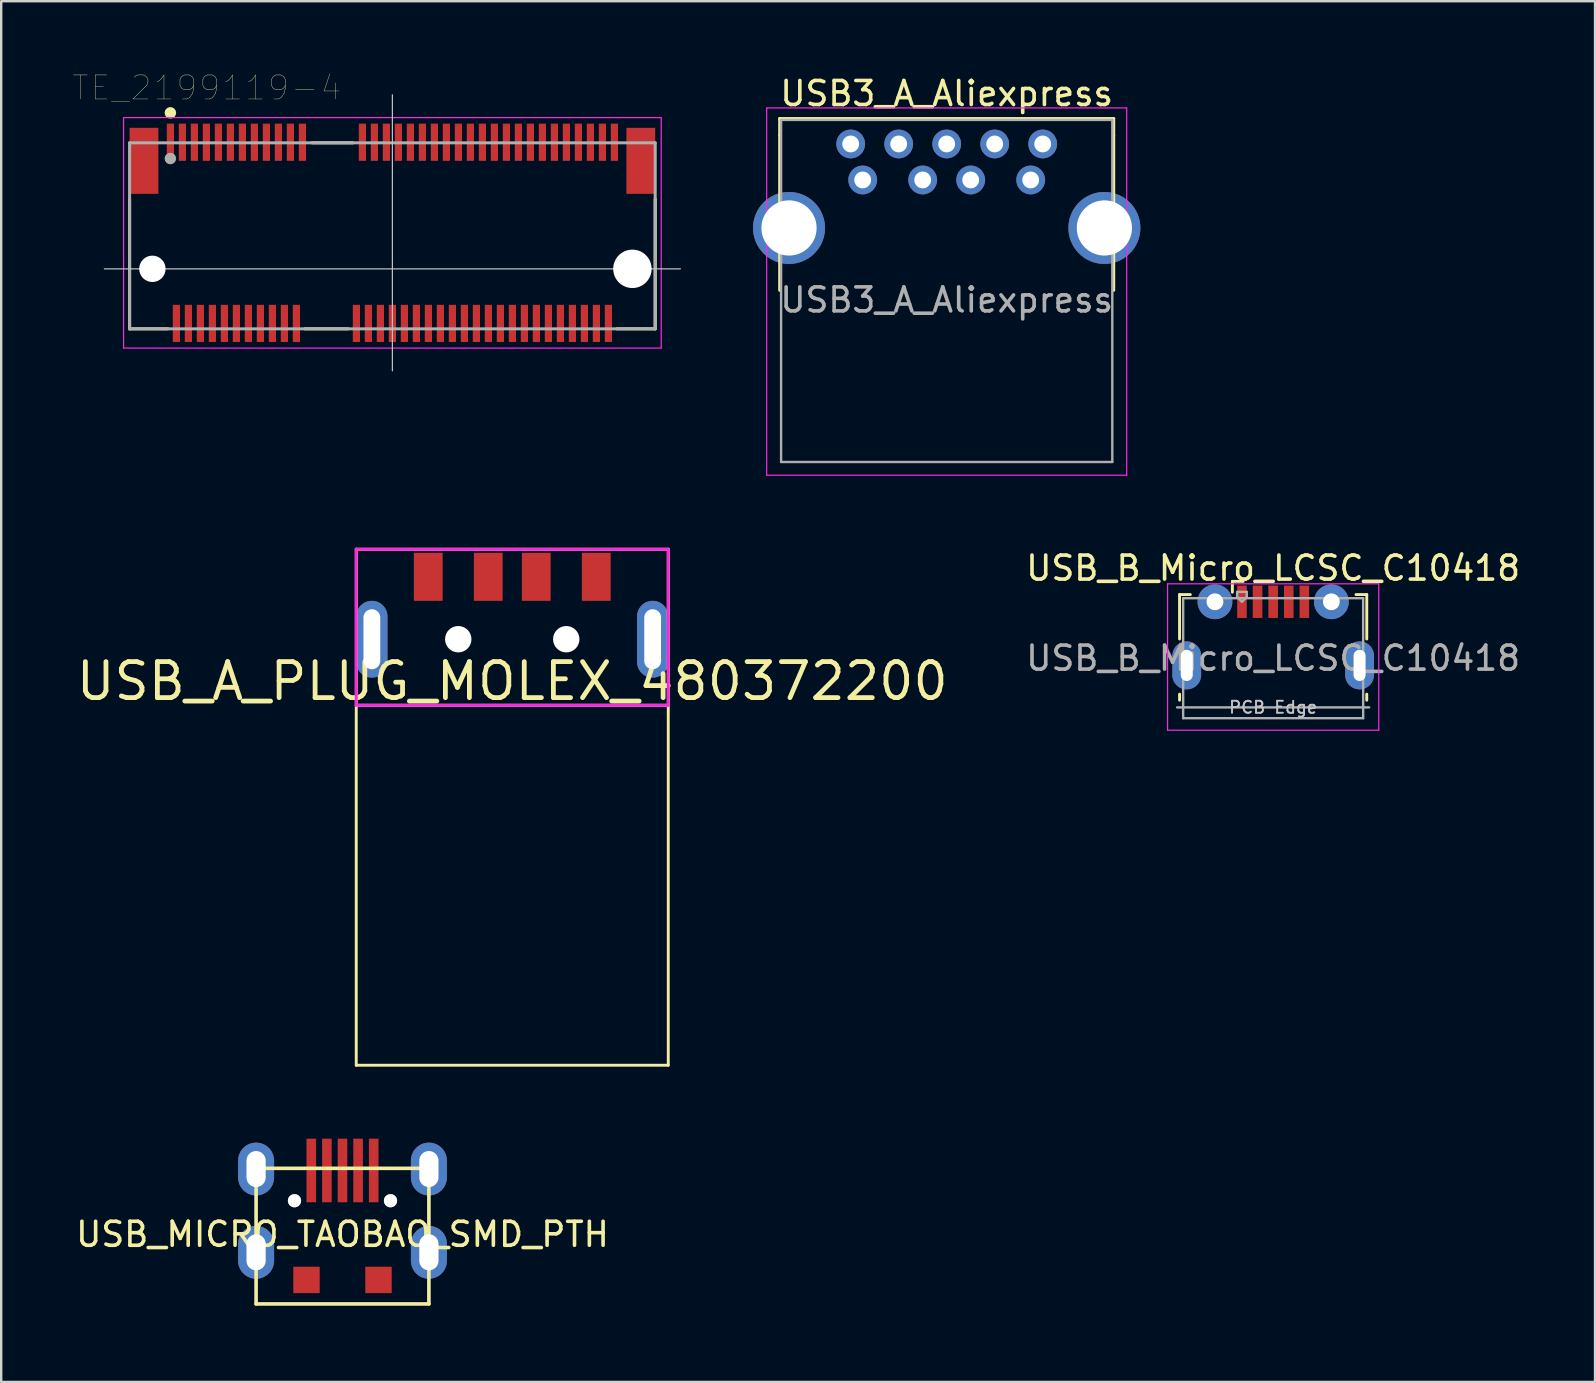
<source format=kicad_pcb>
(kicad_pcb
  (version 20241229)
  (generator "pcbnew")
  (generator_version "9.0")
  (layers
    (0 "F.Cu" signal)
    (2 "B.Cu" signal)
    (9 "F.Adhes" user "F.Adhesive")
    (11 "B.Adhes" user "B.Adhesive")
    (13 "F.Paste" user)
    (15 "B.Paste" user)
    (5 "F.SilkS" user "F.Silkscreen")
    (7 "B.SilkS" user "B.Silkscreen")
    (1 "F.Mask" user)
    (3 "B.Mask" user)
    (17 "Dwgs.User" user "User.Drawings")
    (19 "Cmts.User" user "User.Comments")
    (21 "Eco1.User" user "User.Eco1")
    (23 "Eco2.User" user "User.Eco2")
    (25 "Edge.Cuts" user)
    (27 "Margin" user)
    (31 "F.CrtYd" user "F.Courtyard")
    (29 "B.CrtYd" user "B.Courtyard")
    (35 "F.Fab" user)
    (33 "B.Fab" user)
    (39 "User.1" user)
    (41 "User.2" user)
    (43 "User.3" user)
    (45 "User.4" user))
  (footprint "USB_B_Micro_LCSC_C10418"
    (layer "F.Cu")
    (at 49.996 26.423)
    (property "Reference" "USB_B_Micro_LCSC_C10418" (at 0 -5.802 0) (layer "F.SilkS") (effects (font (size 1 1) (thickness 0.15))))
    (attr smd)
    (fp_line (start -3.9 -4.7) (end -3.45 -4.7) (stroke (width 0.12) (type solid)) (layer "F.SilkS"))
    (fp_line (start -3.9 -2.85) (end -3.9 -4.7) (stroke (width 0.12) (type solid)) (layer "F.SilkS"))
    (fp_line (start -3.9 -0.3) (end -3.9 -0.55) (stroke (width 0.12) (type solid)) (layer "F.SilkS"))
    (fp_line (start -1.7 -5.25) (end -1.7 -4.8) (stroke (width 0.12) (type solid)) (layer "F.SilkS"))
    (fp_line (start -1.7 -5.25) (end -1.25 -5.25) (stroke (width 0.12) (type solid)) (layer "F.SilkS"))
    (fp_line (start 3.9 -4.7) (end 3.45 -4.7) (stroke (width 0.12) (type solid)) (layer "F.SilkS"))
    (fp_line (start 3.9 -2.85) (end 3.9 -4.7) (stroke (width 0.12) (type solid)) (layer "F.SilkS"))
    (fp_line (start 3.9 -0.3) (end 3.9 -0.55) (stroke (width 0.12) (type solid)) (layer "F.SilkS"))
    (fp_line (start -4.4 -5.149) (end 4.4 -5.149) (stroke (width 0.05) (type solid)) (layer "F.CrtYd"))
    (fp_line (start -4.4 0.951) (end -4.4 -5.149) (stroke (width 0.05) (type solid)) (layer "F.CrtYd"))
    (fp_line (start -4.4 0.951) (end 4.4 0.951) (stroke (width 0.05) (type solid)) (layer "F.CrtYd"))
    (fp_line (start 4.4 -5.149) (end 4.4 0.951) (stroke (width 0.05) (type solid)) (layer "F.CrtYd"))
    (fp_line (start -4 0) (end 4 0) (stroke (width 0.1) (type solid)) (layer "F.Fab"))
    (fp_line (start -3.75 -4.55) (end 3.75 -4.55) (stroke (width 0.1) (type solid)) (layer "F.Fab"))
    (fp_line (start -3.75 0.45) (end -3.75 -4.55) (stroke (width 0.1) (type solid)) (layer "F.Fab"))
    (fp_line (start -3.75 0.452) (end 3.75 0.452) (stroke (width 0.1) (type solid)) (layer "F.Fab"))
    (fp_line (start -1.5 -4.812) (end -1.5 -4.602) (stroke (width 0.1) (type solid)) (layer "F.Fab"))
    (fp_line (start -1.5 -4.812) (end -1.1 -4.812) (stroke (width 0.1) (type solid)) (layer "F.Fab"))
    (fp_line (start -1.3 -4.402) (end -1.5 -4.602) (stroke (width 0.1) (type solid)) (layer "F.Fab"))
    (fp_line (start -1.1 -4.812) (end -1.1 -4.602) (stroke (width 0.1) (type solid)) (layer "F.Fab"))
    (fp_line (start -1.1 -4.602) (end -1.3 -4.402) (stroke (width 0.1) (type solid)) (layer "F.Fab"))
    (fp_line (start 3.75 0.45) (end 3.75 -4.55) (stroke (width 0.1) (type solid)) (layer "F.Fab"))
    (fp_text user "PCB Edge" (at 0 -0.002 0) (layer "Dwgs.User") (effects (font (size 0.5 0.5) (thickness 0.08))))
    (fp_text user "${REFERENCE}" (at 0 -2.05 0) (layer "F.Fab") (effects (font (size 1 1) (thickness 0.15))))
    (pad "1" smd rect (at -1.3 -4.4) (size 0.4 1.35) (layers "F.Cu" "F.Mask" "F.Paste"))
    (pad "2" smd rect (at -0.65 -4.4) (size 0.4 1.35) (layers "F.Cu" "F.Mask" "F.Paste"))
    (pad "3" smd rect (at 0 -4.4) (size 0.4 1.35) (layers "F.Cu" "F.Mask" "F.Paste"))
    (pad "4" smd rect (at 0.65 -4.4) (size 0.4 1.35) (layers "F.Cu" "F.Mask" "F.Paste"))
    (pad "5" smd rect (at 1.3 -4.4) (size 0.4 1.35) (layers "F.Cu" "F.Mask" "F.Paste"))
    (pad "6" thru_hole oval (at -3.6 -1.75 180) (size 1.2 2) (drill oval 0.5 1.3) (layers "*.Cu" "*.Mask"))
    (pad "6" thru_hole circle (at -2.425 -4.4) (size 1.45 1.45) (drill 0.7) (layers "*.Cu" "*.Mask"))
    (pad "6" thru_hole circle (at 2.425 -4.4) (size 1.45 1.45) (drill 0.7) (layers "*.Cu" "*.Mask"))
    (pad "6" thru_hole oval (at 3.6 -1.75) (size 1.2 2) (drill oval 0.5 1.3) (layers "*.Cu" "*.Mask")))
  (footprint "TE_2199119-4"
    (layer "F.Cu")
    (at 13.299 8.151)
    (property "Reference" "TE_2199119-4" (at -7.73 -7.54 0) (layer "F.SilkS") (effects (font (size 1.001 1.001) (thickness 0.015))))
    (attr through_hole)
    (fp_line (start -10.95 -2.9) (end -10.95 2.5) (stroke (width 0.127) (type solid)) (layer "F.SilkS"))
    (fp_line (start -10.95 2.5) (end -9.35 2.5) (stroke (width 0.127) (type solid)) (layer "F.SilkS"))
    (fp_line (start -3.65 2.5) (end -1.85 2.5) (stroke (width 0.127) (type solid)) (layer "F.SilkS"))
    (fp_line (start -3.35 -5.25) (end -1.65 -5.25) (stroke (width 0.127) (type solid)) (layer "F.SilkS"))
    (fp_line (start 9.35 2.5) (end 10.95 2.5) (stroke (width 0.127) (type solid)) (layer "F.SilkS"))
    (fp_line (start 10.95 2.5) (end 10.95 -2.9) (stroke (width 0.127) (type solid)) (layer "F.SilkS"))
    (fp_circle (center -9.25 -6.5) (end -9.13 -6.5) (stroke (width 0.24) (type solid)) (fill no) (layer "F.SilkS"))
    (fp_line (start -12 0) (end 12 0) (stroke (width 0.05) (type solid)) (layer "Dwgs.User"))
    (fp_line (start 0 -7.25) (end 0 4.25) (stroke (width 0.05) (type solid)) (layer "Dwgs.User"))
    (fp_line (start -11.2 -6.3) (end 11.2 -6.3) (stroke (width 0.05) (type solid)) (layer "F.CrtYd"))
    (fp_line (start -11.2 3.3) (end -11.2 -6.3) (stroke (width 0.05) (type solid)) (layer "F.CrtYd"))
    (fp_line (start 11.2 -6.3) (end 11.2 3.3) (stroke (width 0.05) (type solid)) (layer "F.CrtYd"))
    (fp_line (start 11.2 3.3) (end -11.2 3.3) (stroke (width 0.05) (type solid)) (layer "F.CrtYd"))
    (fp_line (start -10.95 -5.25) (end 10.95 -5.25) (stroke (width 0.127) (type solid)) (layer "F.Fab"))
    (fp_line (start -10.95 2.5) (end -10.95 -5.25) (stroke (width 0.127) (type solid)) (layer "F.Fab"))
    (fp_line (start 10.95 -5.25) (end 10.95 2.5) (stroke (width 0.127) (type solid)) (layer "F.Fab"))
    (fp_line (start 10.95 2.5) (end -10.95 2.5) (stroke (width 0.127) (type solid)) (layer "F.Fab"))
    (fp_circle (center -9.25 -4.595) (end -9.13 -4.595) (stroke (width 0.24) (type solid)) (fill no) (layer "F.Fab"))
    (pad "" np_thru_hole circle (at -10 0) (size 1.1 1.1) (drill 1.1) (layers "*.Cu" "*.Mask"))
    (pad "" np_thru_hole circle (at 10 0) (size 1.6 1.6) (drill 1.6) (layers "*.Cu" "*.Mask"))
    (pad "1" smd rect (at -9.25 -5.275) (size 0.3 1.55) (layers "F.Cu" "F.Mask" "F.Paste"))
    (pad "2" smd rect (at -9 2.275) (size 0.3 1.55) (layers "F.Cu" "F.Mask" "F.Paste"))
    (pad "3" smd rect (at -8.75 -5.275) (size 0.3 1.55) (layers "F.Cu" "F.Mask" "F.Paste"))
    (pad "4" smd rect (at -8.5 2.275) (size 0.3 1.55) (layers "F.Cu" "F.Mask" "F.Paste"))
    (pad "5" smd rect (at -8.25 -5.275) (size 0.3 1.55) (layers "F.Cu" "F.Mask" "F.Paste"))
    (pad "6" smd rect (at -8 2.275) (size 0.3 1.55) (layers "F.Cu" "F.Mask" "F.Paste"))
    (pad "7" smd rect (at -7.75 -5.275) (size 0.3 1.55) (layers "F.Cu" "F.Mask" "F.Paste"))
    (pad "8" smd rect (at -7.5 2.275) (size 0.3 1.55) (layers "F.Cu" "F.Mask" "F.Paste"))
    (pad "9" smd rect (at -7.25 -5.275) (size 0.3 1.55) (layers "F.Cu" "F.Mask" "F.Paste"))
    (pad "10" smd rect (at -7 2.275) (size 0.3 1.55) (layers "F.Cu" "F.Mask" "F.Paste"))
    (pad "11" smd rect (at -6.75 -5.275) (size 0.3 1.55) (layers "F.Cu" "F.Mask" "F.Paste"))
    (pad "12" smd rect (at -6.5 2.275) (size 0.3 1.55) (layers "F.Cu" "F.Mask" "F.Paste"))
    (pad "13" smd rect (at -6.25 -5.275) (size 0.3 1.55) (layers "F.Cu" "F.Mask" "F.Paste"))
    (pad "14" smd rect (at -6 2.275) (size 0.3 1.55) (layers "F.Cu" "F.Mask" "F.Paste"))
    (pad "15" smd rect (at -5.75 -5.275) (size 0.3 1.55) (layers "F.Cu" "F.Mask" "F.Paste"))
    (pad "16" smd rect (at -5.5 2.275) (size 0.3 1.55) (layers "F.Cu" "F.Mask" "F.Paste"))
    (pad "17" smd rect (at -5.25 -5.275) (size 0.3 1.55) (layers "F.Cu" "F.Mask" "F.Paste"))
    (pad "18" smd rect (at -5 2.275) (size 0.3 1.55) (layers "F.Cu" "F.Mask" "F.Paste"))
    (pad "19" smd rect (at -4.75 -5.275) (size 0.3 1.55) (layers "F.Cu" "F.Mask" "F.Paste"))
    (pad "20" smd rect (at -4.5 2.275) (size 0.3 1.55) (layers "F.Cu" "F.Mask" "F.Paste"))
    (pad "21" smd rect (at -4.25 -5.275) (size 0.3 1.55) (layers "F.Cu" "F.Mask" "F.Paste"))
    (pad "22" smd rect (at -4 2.275) (size 0.3 1.55) (layers "F.Cu" "F.Mask" "F.Paste"))
    (pad "23" smd rect (at -3.75 -5.275) (size 0.3 1.55) (layers "F.Cu" "F.Mask" "F.Paste"))
    (pad "32" smd rect (at -1.5 2.275) (size 0.3 1.55) (layers "F.Cu" "F.Mask" "F.Paste"))
    (pad "33" smd rect (at -1.25 -5.275) (size 0.3 1.55) (layers "F.Cu" "F.Mask" "F.Paste"))
    (pad "34" smd rect (at -1 2.275) (size 0.3 1.55) (layers "F.Cu" "F.Mask" "F.Paste"))
    (pad "35" smd rect (at -0.75 -5.275) (size 0.3 1.55) (layers "F.Cu" "F.Mask" "F.Paste"))
    (pad "36" smd rect (at -0.5 2.275) (size 0.3 1.55) (layers "F.Cu" "F.Mask" "F.Paste"))
    (pad "37" smd rect (at -0.25 -5.275) (size 0.3 1.55) (layers "F.Cu" "F.Mask" "F.Paste"))
    (pad "38" smd rect (at 0 2.275) (size 0.3 1.55) (layers "F.Cu" "F.Mask" "F.Paste"))
    (pad "39" smd rect (at 0.25 -5.275) (size 0.3 1.55) (layers "F.Cu" "F.Mask" "F.Paste"))
    (pad "40" smd rect (at 0.5 2.275) (size 0.3 1.55) (layers "F.Cu" "F.Mask" "F.Paste"))
    (pad "41" smd rect (at 0.75 -5.275) (size 0.3 1.55) (layers "F.Cu" "F.Mask" "F.Paste"))
    (pad "42" smd rect (at 1 2.275) (size 0.3 1.55) (layers "F.Cu" "F.Mask" "F.Paste"))
    (pad "43" smd rect (at 1.25 -5.275) (size 0.3 1.55) (layers "F.Cu" "F.Mask" "F.Paste"))
    (pad "44" smd rect (at 1.5 2.275) (size 0.3 1.55) (layers "F.Cu" "F.Mask" "F.Paste"))
    (pad "45" smd rect (at 1.75 -5.275) (size 0.3 1.55) (layers "F.Cu" "F.Mask" "F.Paste"))
    (pad "46" smd rect (at 2 2.275) (size 0.3 1.55) (layers "F.Cu" "F.Mask" "F.Paste"))
    (pad "47" smd rect (at 2.25 -5.275) (size 0.3 1.55) (layers "F.Cu" "F.Mask" "F.Paste"))
    (pad "48" smd rect (at 2.5 2.275) (size 0.3 1.55) (layers "F.Cu" "F.Mask" "F.Paste"))
    (pad "49" smd rect (at 2.75 -5.275) (size 0.3 1.55) (layers "F.Cu" "F.Mask" "F.Paste"))
    (pad "50" smd rect (at 3 2.275) (size 0.3 1.55) (layers "F.Cu" "F.Mask" "F.Paste"))
    (pad "51" smd rect (at 3.25 -5.275) (size 0.3 1.55) (layers "F.Cu" "F.Mask" "F.Paste"))
    (pad "52" smd rect (at 3.5 2.275) (size 0.3 1.55) (layers "F.Cu" "F.Mask" "F.Paste"))
    (pad "53" smd rect (at 3.75 -5.275) (size 0.3 1.55) (layers "F.Cu" "F.Mask" "F.Paste"))
    (pad "54" smd rect (at 4 2.275) (size 0.3 1.55) (layers "F.Cu" "F.Mask" "F.Paste"))
    (pad "55" smd rect (at 4.25 -5.275) (size 0.3 1.55) (layers "F.Cu" "F.Mask" "F.Paste"))
    (pad "56" smd rect (at 4.5 2.275) (size 0.3 1.55) (layers "F.Cu" "F.Mask" "F.Paste"))
    (pad "57" smd rect (at 4.75 -5.275) (size 0.3 1.55) (layers "F.Cu" "F.Mask" "F.Paste"))
    (pad "58" smd rect (at 5 2.275) (size 0.3 1.55) (layers "F.Cu" "F.Mask" "F.Paste"))
    (pad "59" smd rect (at 5.25 -5.275) (size 0.3 1.55) (layers "F.Cu" "F.Mask" "F.Paste"))
    (pad "60" smd rect (at 5.5 2.275) (size 0.3 1.55) (layers "F.Cu" "F.Mask" "F.Paste"))
    (pad "61" smd rect (at 5.75 -5.275) (size 0.3 1.55) (layers "F.Cu" "F.Mask" "F.Paste"))
    (pad "62" smd rect (at 6 2.275) (size 0.3 1.55) (layers "F.Cu" "F.Mask" "F.Paste"))
    (pad "63" smd rect (at 6.25 -5.275) (size 0.3 1.55) (layers "F.Cu" "F.Mask" "F.Paste"))
    (pad "64" smd rect (at 6.5 2.275) (size 0.3 1.55) (layers "F.Cu" "F.Mask" "F.Paste"))
    (pad "65" smd rect (at 6.75 -5.275) (size 0.3 1.55) (layers "F.Cu" "F.Mask" "F.Paste"))
    (pad "66" smd rect (at 7 2.275) (size 0.3 1.55) (layers "F.Cu" "F.Mask" "F.Paste"))
    (pad "67" smd rect (at 7.25 -5.275) (size 0.3 1.55) (layers "F.Cu" "F.Mask" "F.Paste"))
    (pad "68" smd rect (at 7.5 2.275) (size 0.3 1.55) (layers "F.Cu" "F.Mask" "F.Paste"))
    (pad "69" smd rect (at 7.75 -5.275) (size 0.3 1.55) (layers "F.Cu" "F.Mask" "F.Paste"))
    (pad "70" smd rect (at 8 2.275) (size 0.3 1.55) (layers "F.Cu" "F.Mask" "F.Paste"))
    (pad "71" smd rect (at 8.25 -5.275) (size 0.3 1.55) (layers "F.Cu" "F.Mask" "F.Paste"))
    (pad "72" smd rect (at 8.5 2.275) (size 0.3 1.55) (layers "F.Cu" "F.Mask" "F.Paste"))
    (pad "73" smd rect (at 8.75 -5.275) (size 0.3 1.55) (layers "F.Cu" "F.Mask" "F.Paste"))
    (pad "74" smd rect (at 9 2.275) (size 0.3 1.55) (layers "F.Cu" "F.Mask" "F.Paste"))
    (pad "75" smd rect (at 9.25 -5.275) (size 0.3 1.55) (layers "F.Cu" "F.Mask" "F.Paste"))
    (pad "SH1" smd rect (at -10.35 -4.5) (size 1.2 2.75) (layers "F.Cu" "F.Mask" "F.Paste"))
    (pad "SH2" smd rect (at 10.35 -4.5) (size 1.2 2.75) (layers "F.Cu" "F.Mask" "F.Paste")))
  (footprint "USB_A_PLUG_MOLEX_480372200"
    (layer "F.Cu")
    (at 18.293 23.583)
    (property "Reference" "USB_A_PLUG_MOLEX_480372200" (at 0 1.75 0) (layer "F.SilkS") (effects (font (size 1.5 1.5) (thickness 0.2))))
    (attr smd)
    (fp_line (start -6.5 -3.75) (end -6.5 17.75) (stroke (width 0.12) (type solid)) (layer "F.SilkS"))
    (fp_line (start -6.5 -3.75) (end 6.5 -3.75) (stroke (width 0.12) (type solid)) (layer "F.SilkS"))
    (fp_line (start -6.5 2.75) (end 6.5 2.75) (stroke (width 0.12) (type solid)) (layer "F.SilkS"))
    (fp_line (start 6.5 -3.75) (end 6.5 17.75) (stroke (width 0.12) (type solid)) (layer "F.SilkS"))
    (fp_line (start 6.5 17.75) (end -6.5 17.75) (stroke (width 0.12) (type solid)) (layer "F.SilkS"))
    (fp_line (start -6.5 -3.75) (end 6.5 -3.75) (stroke (width 0.12) (type solid)) (layer "F.CrtYd"))
    (fp_line (start -6.5 2.75) (end -6.5 -3.75) (stroke (width 0.12) (type solid)) (layer "F.CrtYd"))
    (fp_line (start 6.5 -3.75) (end 6.5 2.75) (stroke (width 0.12) (type solid)) (layer "F.CrtYd"))
    (fp_line (start 6.5 2.75) (end -6.5 2.75) (stroke (width 0.12) (type solid)) (layer "F.CrtYd"))
    (pad "" np_thru_hole circle (at -2.25 0) (size 1.1 1.1) (drill 1.1) (layers "*.Cu" "*.Mask"))
    (pad "" np_thru_hole circle (at 2.25 0) (size 1.1 1.1) (drill 1.1) (layers "*.Cu" "*.Mask"))
    (pad "1" smd rect (at 3.5 -2.6) (size 1.2 2) (layers "F.Cu" "F.Mask" "F.Paste"))
    (pad "2" smd rect (at 1 -2.6) (size 1.2 2) (layers "F.Cu" "F.Mask" "F.Paste"))
    (pad "3" smd rect (at -1 -2.6) (size 1.2 2) (layers "F.Cu" "F.Mask" "F.Paste"))
    (pad "4" smd rect (at -3.5 -2.6) (size 1.2 2) (layers "F.Cu" "F.Mask" "F.Paste"))
    (pad "5" thru_hole oval (at -5.85 0) (size 1.3 3.2) (drill oval 0.7 2.5) (layers "*.Cu" "*.Mask"))
    (pad "5" thru_hole oval (at 5.85 0) (size 1.3 3.2) (drill oval 0.7 2.5) (layers "*.Cu" "*.Mask")))
  (footprint "USB3_A_Aliexpress"
    (layer "F.Cu")
    (at 32.894 4.448)
    (property "Reference" "USB3_A_Aliexpress" (at 3.5 -3.6 0) (layer "F.SilkS") (effects (font (size 1 1) (thickness 0.15))))
    (attr through_hole)
    (fp_line (start -3.46 -2.56) (end -3.46 -1.85) (stroke (width 0.12) (type solid)) (layer "F.SilkS"))
    (fp_line (start -3.46 -2.56) (end 10.46 -2.56) (stroke (width 0.12) (type solid)) (layer "F.SilkS"))
    (fp_line (start -3.46 4.6) (end -3.46 -1.85) (stroke (width 0.12) (type solid)) (layer "F.SilkS"))
    (fp_line (start 10.46 -2.56) (end 10.46 -1.85) (stroke (width 0.12) (type solid)) (layer "F.SilkS"))
    (fp_line (start 10.46 4.6) (end 10.46 -1.85) (stroke (width 0.12) (type solid)) (layer "F.SilkS"))
    (fp_line (start -4 -3) (end 11 -3) (stroke (width 0.05) (type solid)) (layer "F.CrtYd"))
    (fp_line (start -4 12.3) (end -4 -3) (stroke (width 0.05) (type solid)) (layer "F.CrtYd"))
    (fp_line (start 11 -3) (end 11 12.3) (stroke (width 0.05) (type solid)) (layer "F.CrtYd"))
    (fp_line (start 11 12.3) (end -4 12.3) (stroke (width 0.05) (type solid)) (layer "F.CrtYd"))
    (fp_line (start -3.4 -2.5) (end 10.4 -2.5) (stroke (width 0.1) (type solid)) (layer "F.Fab"))
    (fp_line (start -3.4 11.75) (end -3.4 -2.5) (stroke (width 0.1) (type solid)) (layer "F.Fab"))
    (fp_line (start 10.4 -2.5) (end 10.4 11.75) (stroke (width 0.1) (type solid)) (layer "F.Fab"))
    (fp_line (start 10.4 11.75) (end -3.4 11.75) (stroke (width 0.1) (type solid)) (layer "F.Fab"))
    (fp_text user "${REFERENCE}" (at 3.5 5 0) (layer "F.Fab") (effects (font (size 1 1) (thickness 0.15))))
    (pad "1" thru_hole circle (at 0 0) (size 1.2 1.2) (drill 0.7) (layers "*.Cu" "*.Mask"))
    (pad "2" thru_hole circle (at 2.5 0) (size 1.2 1.2) (drill 0.7) (layers "*.Cu" "*.Mask"))
    (pad "3" thru_hole circle (at 4.5 0) (size 1.2 1.2) (drill 0.7) (layers "*.Cu" "*.Mask"))
    (pad "4" thru_hole circle (at 7 0) (size 1.2 1.2) (drill 0.7) (layers "*.Cu" "*.Mask"))
    (pad "5" thru_hole circle (at 7.5 -1.5) (size 1.2 1.2) (drill 0.7) (layers "*.Cu" "*.Mask"))
    (pad "6" thru_hole circle (at 5.5 -1.5) (size 1.2 1.2) (drill 0.7) (layers "*.Cu" "*.Mask"))
    (pad "7" thru_hole circle (at 3.5 -1.5) (size 1.2 1.2) (drill 0.7) (layers "*.Cu" "*.Mask"))
    (pad "8" thru_hole circle (at 1.5 -1.5) (size 1.2 1.2) (drill 0.7) (layers "*.Cu" "*.Mask"))
    (pad "9" thru_hole circle (at -0.5 -1.5) (size 1.2 1.2) (drill 0.7) (layers "*.Cu" "*.Mask"))
    (pad "10" thru_hole circle (at -3.07 2) (size 3 3) (drill 2.3) (layers "*.Cu" "*.Mask"))
    (pad "10" thru_hole circle (at 10.07 2) (size 3 3) (drill 2.3) (layers "*.Cu" "*.Mask")))
  (footprint "USB_MICRO_TAOBAO_SMD_PTH"
    (layer "F.Cu")
    (at 11.22 51.278)
    (property "Reference" "USB_MICRO_TAOBAO_SMD_PTH" (at 0 -2.9 0) (layer "F.SilkS") (effects (font (size 1 1) (thickness 0.15))))
    (attr through_hole)
    (fp_line (start -3.6 -5.65) (end 3.6 -5.65) (stroke (width 0.15) (type solid)) (layer "F.SilkS"))
    (fp_line (start -3.6 0) (end -3.6 -5.65) (stroke (width 0.15) (type solid)) (layer "F.SilkS"))
    (fp_line (start -3.6 0) (end 3.6 0) (stroke (width 0.15) (type solid)) (layer "F.SilkS"))
    (fp_line (start 3.6 -5.65) (end 3.6 0) (stroke (width 0.15) (type solid)) (layer "F.SilkS"))
    (pad "1" smd rect (at -1.3 -5.56) (size 0.4 2.65) (layers "F.Cu" "F.Mask" "F.Paste"))
    (pad "2" smd rect (at -0.65 -5.56) (size 0.4 2.65) (layers "F.Cu" "F.Mask" "F.Paste"))
    (pad "3" smd rect (at 0 -5.56) (size 0.4 2.65) (layers "F.Cu" "F.Mask" "F.Paste"))
    (pad "4" smd rect (at 0.65 -5.56) (size 0.4 2.65) (layers "F.Cu" "F.Mask" "F.Paste"))
    (pad "5" smd rect (at 1.3 -5.56) (size 0.4 2.65) (layers "F.Cu" "F.Mask" "F.Paste"))
    (pad "6" thru_hole oval (at -3.6 -5.62) (size 1.5 2.2) (drill oval 0.8 1.5) (layers "*.Cu" "*.Mask"))
    (pad "6" thru_hole oval (at -3.6 -2.15) (size 1.5 2.2) (drill oval 0.8 1.5) (layers "*.Cu" "*.Mask"))
    (pad "6" smd rect (at -1.5 -1) (size 1.1 1.1) (layers "F.Cu" "F.Mask" "F.Paste"))
    (pad "6" smd rect (at 1.5 -1) (size 1.1 1.1) (layers "F.Cu" "F.Mask" "F.Paste"))
    (pad "6" thru_hole oval (at 3.6 -5.62) (size 1.5 2.2) (drill oval 0.8 1.5) (layers "*.Cu" "*.Mask"))
    (pad "6" thru_hole oval (at 3.6 -2.15) (size 1.5 2.2) (drill oval 0.8 1.5) (layers "*.Cu" "*.Mask"))
    (pad "LOCATE" thru_hole circle (at -2 -4.3) (size 0.55 0.55) (drill 0.55) (layers "*.Cu" "*.Mask"))
    (pad "LOCATE" thru_hole circle (at 2 -4.3) (size 0.55 0.55) (drill 0.55) (layers "*.Cu" "*.Mask")))
  (gr_rect
    (start -3 -3)
    (end 63.407 54.528)
    (stroke (width 0.1) (type default))
    (fill no)
    (layer "Edge.Cuts")))
</source>
